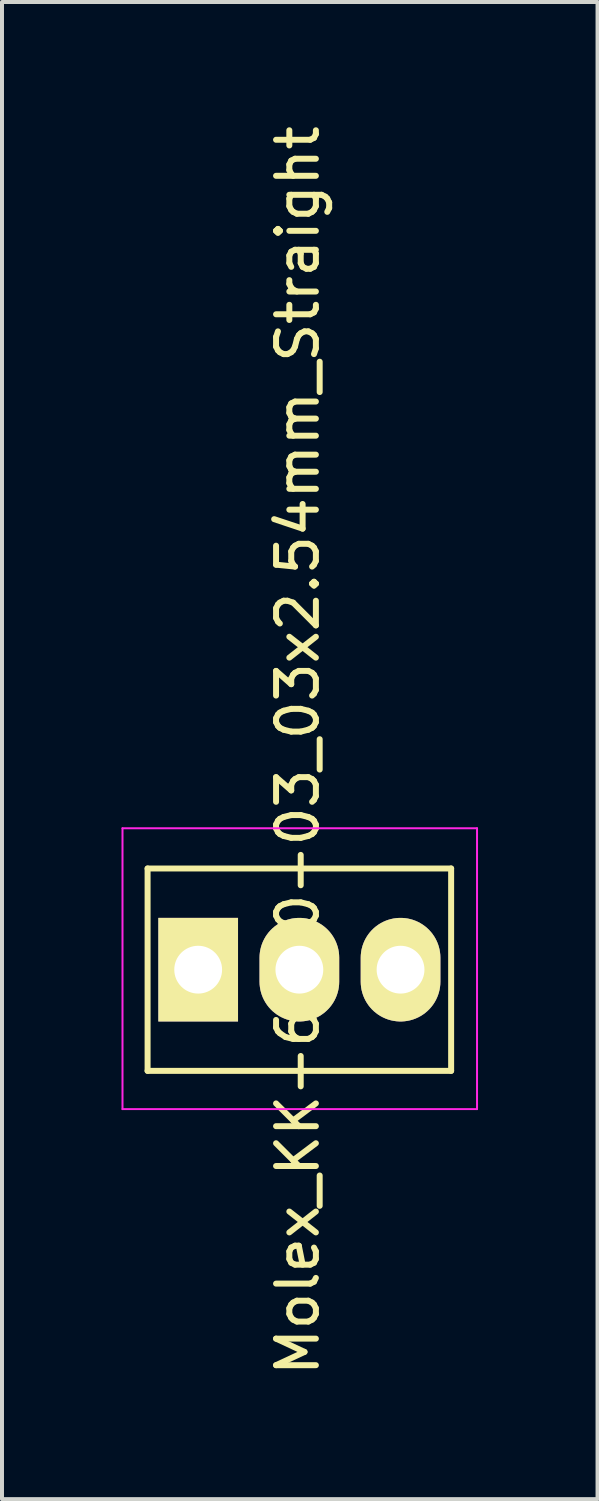
<source format=kicad_pcb>
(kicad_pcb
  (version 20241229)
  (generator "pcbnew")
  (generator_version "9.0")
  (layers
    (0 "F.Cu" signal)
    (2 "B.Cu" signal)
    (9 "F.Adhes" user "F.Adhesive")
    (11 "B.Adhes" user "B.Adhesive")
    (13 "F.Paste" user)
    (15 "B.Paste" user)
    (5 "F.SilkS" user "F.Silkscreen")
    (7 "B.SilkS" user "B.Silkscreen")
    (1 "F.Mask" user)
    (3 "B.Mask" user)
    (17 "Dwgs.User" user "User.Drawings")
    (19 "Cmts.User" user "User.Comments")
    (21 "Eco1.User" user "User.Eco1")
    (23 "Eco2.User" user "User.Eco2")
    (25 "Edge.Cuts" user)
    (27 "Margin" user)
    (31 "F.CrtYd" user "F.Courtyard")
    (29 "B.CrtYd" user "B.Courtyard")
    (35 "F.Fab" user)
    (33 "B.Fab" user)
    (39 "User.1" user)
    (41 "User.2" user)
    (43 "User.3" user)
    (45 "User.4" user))
  (footprint "Molex_KK-6410-03_03x2.54mm_Straight"
    (layer "F.Cu")
    (at 1.925 21.292)
    (property "Reference" "Molex_KK-6410-03_03x2.54mm_Straight" (at 2.5 -5.5 90) (layer "F.SilkS") (effects (font (size 1 1) (thickness 0.15))))
    (attr through_hole)
    (fp_line (start -1.27 -2.54) (end 6.35 -2.54) (stroke (width 0.15) (type solid)) (layer "F.SilkS"))
    (fp_line (start -1.27 2.54) (end -1.27 -2.54) (stroke (width 0.15) (type solid)) (layer "F.SilkS"))
    (fp_line (start 6.35 -2.54) (end 6.35 2.54) (stroke (width 0.15) (type solid)) (layer "F.SilkS"))
    (fp_line (start 6.35 2.54) (end -1.27 2.54) (stroke (width 0.15) (type solid)) (layer "F.SilkS"))
    (fp_line (start -1.9 -3.55) (end 7 -3.55) (stroke (width 0.05) (type solid)) (layer "F.CrtYd"))
    (fp_line (start -1.9 3.5) (end -1.9 -3.55) (stroke (width 0.05) (type solid)) (layer "F.CrtYd"))
    (fp_line (start 7 -3.55) (end 7 3.5) (stroke (width 0.05) (type solid)) (layer "F.CrtYd"))
    (fp_line (start 7 3.5) (end -1.9 3.5) (stroke (width 0.05) (type solid)) (layer "F.CrtYd"))
    (pad "1" thru_hole rect (at 0 0) (size 2 2.6) (drill 1.2) (layers "*.Cu" "*.Mask" "F.SilkS"))
    (pad "2" thru_hole oval (at 2.54 0) (size 2 2.6) (drill 1.2) (layers "*.Cu" "*.Mask" "F.SilkS"))
    (pad "3" thru_hole oval (at 5.08 0) (size 2 2.6) (drill 1.2) (layers "*.Cu" "*.Mask" "F.SilkS")))
  (gr_rect
    (start -3 -3)
    (end 11.95 34.583)
    (stroke (width 0.1) (type default))
    (fill no)
    (layer "Edge.Cuts")))
</source>
